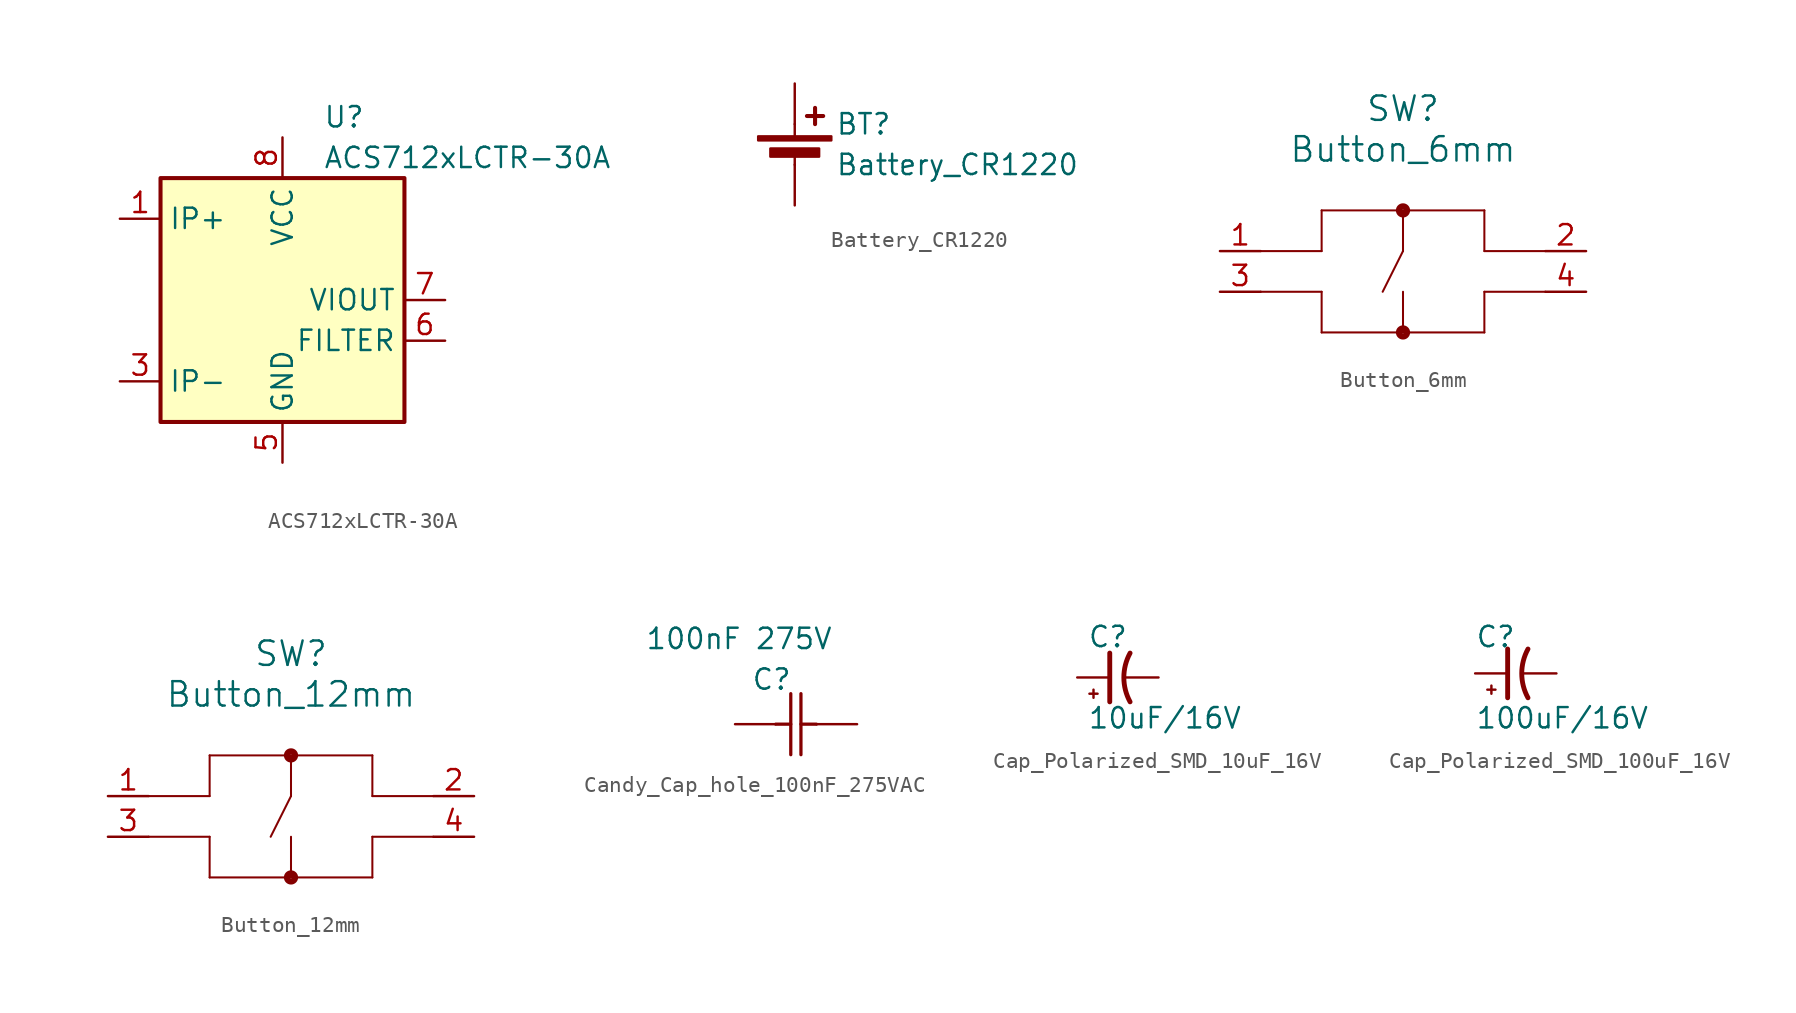
<source format=kicad_sym>
(kicad_symbol_lib
  (version 20231120)
  (generator "kicad_symbol_editor")
  (generator_version "8.0")
  (symbol "ACS712xLCTR-30A"
    (property "Reference" "U"
      (at 2.54 11.43 0)
      (effects (font (size 1.27 1.27)) (justify left)))
    (property "Value" "ACS712xLCTR-30A"
      (at 2.54 8.89 0)
      (effects (font (size 1.27 1.27)) (justify left)))
    (symbol "ACS712xLCTR-30A_0_1"
      (rectangle (start -7.62 7.62) (end 7.62 -7.62) (stroke (width 0.254) (type default)) (fill (type background))))
    (symbol "ACS712xLCTR-30A_1_1"
      (pin passive line (at -10.16 5.08 0) (length 2.54) (name "IP+" (effects (font (size 1.27 1.27)))) (number "1" (effects (font (size 1.27 1.27)))))
      (pin passive line (at -10.16 5.08 0) (length 2.54) hide (name "IP+" (effects (font (size 1.27 1.27)))) (number "2" (effects (font (size 1.27 1.27)))))
      (pin passive line (at -10.16 -5.08 0) (length 2.54) (name "IP-" (effects (font (size 1.27 1.27)))) (number "3" (effects (font (size 1.27 1.27)))))
      (pin passive line (at -10.16 -5.08 0) (length 2.54) hide (name "IP-" (effects (font (size 1.27 1.27)))) (number "4" (effects (font (size 1.27 1.27)))))
      (pin power_in line (at 0 -10.16 90) (length 2.54) (name "GND" (effects (font (size 1.27 1.27)))) (number "5" (effects (font (size 1.27 1.27)))))
      (pin passive line (at 10.16 -2.54 180) (length 2.54) (name "FILTER" (effects (font (size 1.27 1.27)))) (number "6" (effects (font (size 1.27 1.27)))))
      (pin output line (at 10.16 0 180) (length 2.54) (name "VIOUT" (effects (font (size 1.27 1.27)))) (number "7" (effects (font (size 1.27 1.27)))))
      (pin power_in line (at 0 10.16 270) (length 2.54) (name "VCC" (effects (font (size 1.27 1.27)))) (number "8" (effects (font (size 1.27 1.27)))))))
  (symbol "Battery_CR1220"
    (pin_numbers hide)
    (pin_names
      (offset 0) hide)
    (property "Reference" "BT"
      (at 2.54 2.54 0)
      (effects (font (size 1.27 1.27)) (justify left)))
    (property "Value" "Battery_CR1220"
      (at 2.54 0 0)
      (effects (font (size 1.27 1.27)) (justify left)))
    (symbol "Battery_CR1220_0_1"
      (rectangle (start -2.286 1.778) (end 2.286 1.524) (stroke (width 0) (type default)) (fill (type outline)))
      (rectangle (start -1.524 1.016) (end 1.524 0.508) (stroke (width 0) (type default)) (fill (type outline)))
      (polyline (pts (xy 0 0.762) (xy 0 0)) (stroke (width 0) (type default)) (fill (type none)))
      (polyline (pts (xy 0 1.778) (xy 0 2.54)) (stroke (width 0) (type default)) (fill (type none)))
      (polyline (pts (xy 0.762 3.048) (xy 1.778 3.048)) (stroke (width 0.254) (type default)) (fill (type none)))
      (polyline (pts (xy 1.27 3.556) (xy 1.27 2.54)) (stroke (width 0.254) (type default)) (fill (type none))))
    (symbol "Battery_CR1220_1_1"
      (pin passive line (at 0 5.08 270) (length 2.54) (name "+" (effects (font (size 1.27 1.27)))) (number "1" (effects (font (size 1.27 1.27)))))
      (pin passive line (at 0 -2.54 90) (length 2.54) (name "-" (effects (font (size 1.27 1.27)))) (number "2" (effects (font (size 1.27 1.27)))))))
  (symbol "Button_6mm"
    (pin_names
      (offset 0.254) hide)
    (property "Reference" "SW"
      (at 11.43 13.97 0)
      (effects (font (size 1.524 1.524))))
    (property "Value" "Button_6mm"
      (at 11.43 11.43 0)
      (effects (font (size 1.524 1.524))))
    (symbol "Button_6mm_0_1"
      (polyline (pts (xy 2.54 2.54) (xy 6.35 2.54)) (stroke (width 0.127) (type default)) (fill (type none)))
      (polyline (pts (xy 2.54 5.08) (xy 6.35 5.08)) (stroke (width 0.127) (type default)) (fill (type none)))
      (polyline (pts (xy 6.35 0) (xy 16.51 0)) (stroke (width 0.127) (type default)) (fill (type none)))
      (polyline (pts (xy 6.35 2.54) (xy 6.35 0)) (stroke (width 0.127) (type default)) (fill (type none)))
      (polyline (pts (xy 6.35 5.08) (xy 6.35 7.62)) (stroke (width 0.127) (type default)) (fill (type none)))
      (polyline (pts (xy 11.43 2.54) (xy 11.43 0)) (stroke (width 0.127) (type default)) (fill (type none)))
      (polyline (pts (xy 11.43 5.08) (xy 10.16 2.54)) (stroke (width 0.127) (type default)) (fill (type none)))
      (polyline (pts (xy 11.43 7.62) (xy 11.43 5.08)) (stroke (width 0.127) (type default)) (fill (type none)))
      (polyline (pts (xy 16.51 0) (xy 16.51 2.54)) (stroke (width 0.127) (type default)) (fill (type none)))
      (polyline (pts (xy 16.51 2.54) (xy 20.32 2.54)) (stroke (width 0.127) (type default)) (fill (type none)))
      (polyline (pts (xy 16.51 5.08) (xy 16.51 7.62)) (stroke (width 0.127) (type default)) (fill (type none)))
      (polyline (pts (xy 16.51 7.62) (xy 6.35 7.62)) (stroke (width 0.127) (type default)) (fill (type none)))
      (polyline (pts (xy 20.32 5.08) (xy 16.51 5.08)) (stroke (width 0.127) (type default)) (fill (type none)))
      (circle (center 11.43 0) (radius 0.254) (stroke (width 0.381) (type default)) (fill (type none)))
      (circle (center 11.43 7.62) (radius 0.254) (stroke (width 0.381) (type default)) (fill (type none)))
      (pin unspecified line (at 0 5.08 0) (length 2.54) (name "1" (effects (font (size 1.27 1.27)))) (number "1" (effects (font (size 1.27 1.27)))))
      (pin unspecified line (at 22.86 5.08 180) (length 2.54) (name "2" (effects (font (size 1.27 1.27)))) (number "2" (effects (font (size 1.27 1.27)))))
      (pin unspecified line (at 0 2.54 0) (length 2.54) (name "3" (effects (font (size 1.27 1.27)))) (number "3" (effects (font (size 1.27 1.27)))))
      (pin unspecified line (at 22.86 2.54 180) (length 2.54) (name "4" (effects (font (size 1.27 1.27)))) (number "4" (effects (font (size 1.27 1.27)))))))
  (symbol "Button_12mm"
    (pin_names
      (offset 0.254) hide)
    (property "Reference" "SW"
      (at 11.43 13.97 0)
      (effects (font (size 1.524 1.524))))
    (property "Value" "Button_12mm"
      (at 11.43 11.43 0)
      (effects (font (size 1.524 1.524))))
    (symbol "Button_12mm_0_1"
      (polyline (pts (xy 2.54 2.54) (xy 6.35 2.54)) (stroke (width 0.127) (type default)) (fill (type none)))
      (polyline (pts (xy 2.54 5.08) (xy 6.35 5.08)) (stroke (width 0.127) (type default)) (fill (type none)))
      (polyline (pts (xy 6.35 0) (xy 16.51 0)) (stroke (width 0.127) (type default)) (fill (type none)))
      (polyline (pts (xy 6.35 2.54) (xy 6.35 0)) (stroke (width 0.127) (type default)) (fill (type none)))
      (polyline (pts (xy 6.35 5.08) (xy 6.35 7.62)) (stroke (width 0.127) (type default)) (fill (type none)))
      (polyline (pts (xy 11.43 2.54) (xy 11.43 0)) (stroke (width 0.127) (type default)) (fill (type none)))
      (polyline (pts (xy 11.43 5.08) (xy 10.16 2.54)) (stroke (width 0.127) (type default)) (fill (type none)))
      (polyline (pts (xy 11.43 7.62) (xy 11.43 5.08)) (stroke (width 0.127) (type default)) (fill (type none)))
      (polyline (pts (xy 16.51 0) (xy 16.51 2.54)) (stroke (width 0.127) (type default)) (fill (type none)))
      (polyline (pts (xy 16.51 2.54) (xy 20.32 2.54)) (stroke (width 0.127) (type default)) (fill (type none)))
      (polyline (pts (xy 16.51 5.08) (xy 16.51 7.62)) (stroke (width 0.127) (type default)) (fill (type none)))
      (polyline (pts (xy 16.51 7.62) (xy 6.35 7.62)) (stroke (width 0.127) (type default)) (fill (type none)))
      (polyline (pts (xy 20.32 5.08) (xy 16.51 5.08)) (stroke (width 0.127) (type default)) (fill (type none)))
      (circle (center 11.43 0) (radius 0.254) (stroke (width 0.381) (type default)) (fill (type none)))
      (circle (center 11.43 7.62) (radius 0.254) (stroke (width 0.381) (type default)) (fill (type none)))
      (pin unspecified line (at 0 5.08 0) (length 2.54) (name "1" (effects (font (size 1.27 1.27)))) (number "1" (effects (font (size 1.27 1.27)))))
      (pin unspecified line (at 22.86 5.08 180) (length 2.54) (name "2" (effects (font (size 1.27 1.27)))) (number "2" (effects (font (size 1.27 1.27)))))
      (pin unspecified line (at 0 2.54 0) (length 2.54) (name "3" (effects (font (size 1.27 1.27)))) (number "3" (effects (font (size 1.27 1.27)))))
      (pin unspecified line (at 22.86 2.54 180) (length 2.54) (name "4" (effects (font (size 1.27 1.27)))) (number "4" (effects (font (size 1.27 1.27)))))))
  (symbol "Candy_Cap_hole_100nF_275VAC"
    (pin_numbers hide)
    (pin_names hide)
    (property "Reference" "C"
      (at 2.286 2.794 0)
      (effects (font (size 1.27 1.27))))
    (property "Value" "100nF 275V"
      (at 0.254 5.334 0)
      (effects (font (size 1.27 1.27))))
    (symbol "Candy_Cap_hole_100nF_275VAC_1_1"
      (polyline (pts (xy 2.54 0) (xy 3.48 0)) (stroke (width 0.203) (type default)) (fill (type none)))
      (polyline (pts (xy 3.48 -1.905) (xy 3.48 1.905)) (stroke (width 0.203) (type default)) (fill (type none)))
      (polyline (pts (xy 4.115 -1.905) (xy 4.115 1.905)) (stroke (width 0.203) (type default)) (fill (type none)))
      (polyline (pts (xy 4.115 0) (xy 5.08 0)) (stroke (width 0.203) (type default)) (fill (type none)))
      (pin unspecified line (at 0 0 0) (length 2.54) (name "" (effects (font (size 1.27 1.27)))) (number "1" (effects (font (size 1.27 1.27)))))
      (pin unspecified line (at 7.62 0 180) (length 2.54) (name "" (effects (font (size 1.27 1.27)))) (number "2" (effects (font (size 1.27 1.27)))))))
  (symbol "Cap_Polarized_SMD_10uF_16V"
    (pin_numbers hide)
    (pin_names
      (offset 0.254))
    (property "Reference" "C"
      (at 0.635 2.54 0)
      (effects (font (size 1.27 1.27)) (justify left)))
    (property "Value" "10uF/16V"
      (at 0.635 -2.54 0)
      (effects (font (size 1.27 1.27)) (justify left)))
    (symbol "Cap_Polarized_SMD_10uF_16V_0_1"
      (polyline (pts (xy 1.016 -1.27) (xy 1.016 -0.762)) (stroke (width 0) (type default)) (fill (type none)))
      (polyline (pts (xy 1.27 -1.016) (xy 0.762 -1.016)) (stroke (width 0) (type default)) (fill (type none)))
      (polyline (pts (xy 2.032 -1.524) (xy 2.032 1.524)) (stroke (width 0.305) (type default)) (fill (type none)))
      (arc (start 3.302 1.524) (mid 2.9134 0) (end 3.302 -1.524) (stroke (width 0.3048) (type default)) (fill (type none))))
    (symbol "Cap_Polarized_SMD_10uF_16V_1_1"
      (pin passive line (at 0 0 0) (length 2.032) (name "~" (effects (font (size 1.27 1.27)))) (number "1" (effects (font (size 1.27 1.27)))))
      (pin passive line (at 5.08 0 180) (length 2.032) (name "~" (effects (font (size 1.27 1.27)))) (number "2" (effects (font (size 1.27 1.27)))))))
  (symbol "Cap_Polarized_SMD_100uF_16V"
    (pin_numbers hide)
    (pin_names
      (offset 0.254))
    (property "Reference" "C"
      (at 0 2.286 0)
      (effects (font (size 1.27 1.27)) (justify left)))
    (property "Value" "100uF/16V"
      (at 0 -2.794 0)
      (effects (font (size 1.27 1.27)) (justify left)))
    (symbol "Cap_Polarized_SMD_100uF_16V_0_1"
      (polyline (pts (xy 1.016 -1.27) (xy 1.016 -0.762)) (stroke (width 0) (type default)) (fill (type none)))
      (polyline (pts (xy 1.27 -1.016) (xy 0.762 -1.016)) (stroke (width 0) (type default)) (fill (type none)))
      (polyline (pts (xy 2.032 -1.524) (xy 2.032 1.524)) (stroke (width 0.305) (type default)) (fill (type none)))
      (arc (start 3.302 1.524) (mid 2.9134 0) (end 3.302 -1.524) (stroke (width 0.3048) (type default)) (fill (type none))))
    (symbol "Cap_Polarized_SMD_100uF_16V_1_1"
      (pin passive line (at 0 0 0) (length 2.032) (name "~" (effects (font (size 1.27 1.27)))) (number "1" (effects (font (size 1.27 1.27)))))
      (pin passive line (at 5.08 0 180) (length 2.032) (name "~" (effects (font (size 1.27 1.27)))) (number "2" (effects (font (size 1.27 1.27))))))))
</source>
